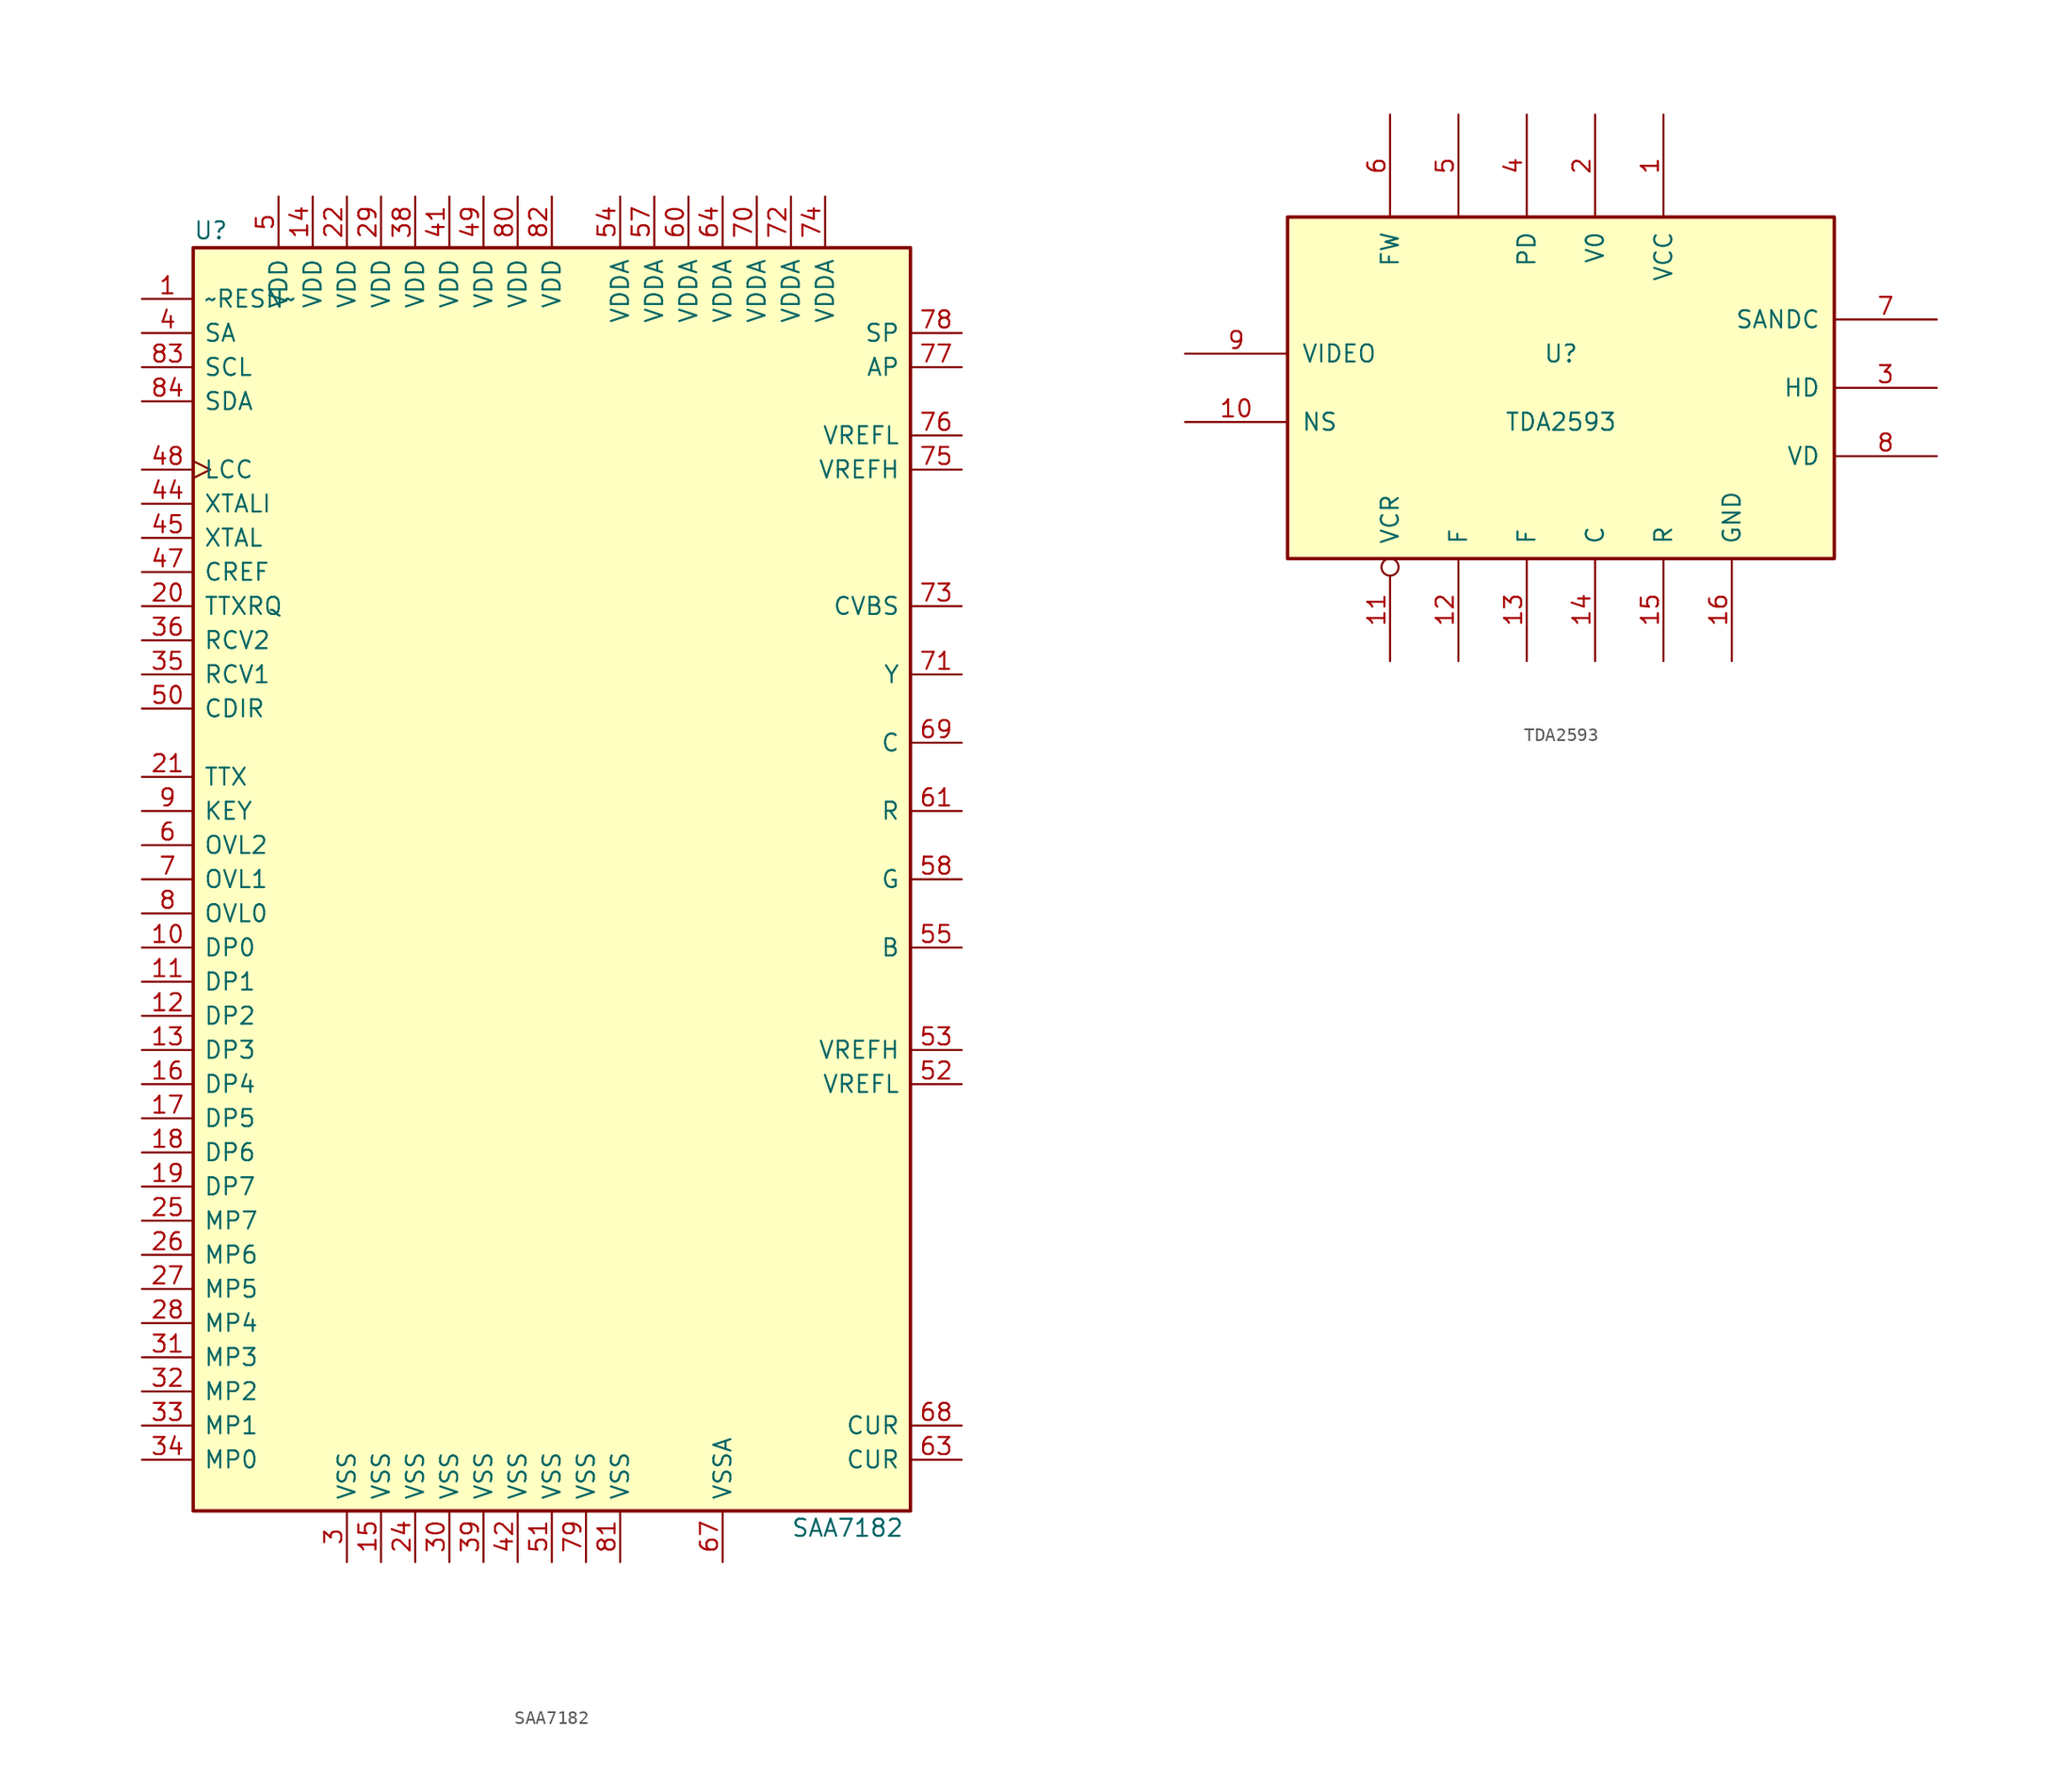
<source format=kicad_sym>
(kicad_symbol_lib
  (version 20231120)
  (generator "kicad_symbol_editor")
  (generator_version "8.0")
  (symbol "SAA7182"
    (pin_names
      (offset 0.762))
    (property "Reference" "U"
      (at -26.67 48.26 0)
      (effects (font (size 1.27 1.27)) (justify left)))
    (property "Value" "SAA7182"
      (at 17.78 -48.26 0)
      (effects (font (size 1.27 1.27)) (justify left)))
    (symbol "SAA7182_0_1"
      (rectangle (start -26.67 -46.99) (end 26.67 46.99) (stroke (width 0.254) (type default)) (fill (type background))))
    (symbol "SAA7182_1_1"
      (pin input line (at -30.48 43.18 0) (length 3.81) (name "~RESN~" (effects (font (size 1.27 1.27)))) (number "1" (effects (font (size 1.27 1.27)))))
      (pin input line (at -30.48 -5.08 0) (length 3.81) (name "DP0" (effects (font (size 1.27 1.27)))) (number "10" (effects (font (size 1.27 1.27)))))
      (pin input line (at -30.48 -7.62 0) (length 3.81) (name "DP1" (effects (font (size 1.27 1.27)))) (number "11" (effects (font (size 1.27 1.27)))))
      (pin input line (at -30.48 -10.16 0) (length 3.81) (name "DP2" (effects (font (size 1.27 1.27)))) (number "12" (effects (font (size 1.27 1.27)))))
      (pin input line (at -30.48 -12.7 0) (length 3.81) (name "DP3" (effects (font (size 1.27 1.27)))) (number "13" (effects (font (size 1.27 1.27)))))
      (pin power_in line (at -17.78 50.8 270) (length 3.81) (name "VDD" (effects (font (size 1.27 1.27)))) (number "14" (effects (font (size 1.27 1.27)))))
      (pin power_in line (at -12.7 -50.8 90) (length 3.81) (name "VSS" (effects (font (size 1.27 1.27)))) (number "15" (effects (font (size 1.27 1.27)))))
      (pin input line (at -30.48 -15.24 0) (length 3.81) (name "DP4" (effects (font (size 1.27 1.27)))) (number "16" (effects (font (size 1.27 1.27)))))
      (pin input line (at -30.48 -17.78 0) (length 3.81) (name "DP5" (effects (font (size 1.27 1.27)))) (number "17" (effects (font (size 1.27 1.27)))))
      (pin input line (at -30.48 -20.32 0) (length 3.81) (name "DP6" (effects (font (size 1.27 1.27)))) (number "18" (effects (font (size 1.27 1.27)))))
      (pin input line (at -30.48 -22.86 0) (length 3.81) (name "DP7" (effects (font (size 1.27 1.27)))) (number "19" (effects (font (size 1.27 1.27)))))
      (pin output line (at -30.48 20.32 0) (length 3.81) (name "TTXRQ" (effects (font (size 1.27 1.27)))) (number "20" (effects (font (size 1.27 1.27)))))
      (pin input line (at -30.48 7.62 0) (length 3.81) (name "TTX" (effects (font (size 1.27 1.27)))) (number "21" (effects (font (size 1.27 1.27)))))
      (pin power_in line (at -15.24 50.8 270) (length 3.81) (name "VDD" (effects (font (size 1.27 1.27)))) (number "22" (effects (font (size 1.27 1.27)))))
      (pin power_in line (at -10.16 -50.8 90) (length 3.81) (name "VSS" (effects (font (size 1.27 1.27)))) (number "24" (effects (font (size 1.27 1.27)))))
      (pin input line (at -30.48 -25.4 0) (length 3.81) (name "MP7" (effects (font (size 1.27 1.27)))) (number "25" (effects (font (size 1.27 1.27)))))
      (pin input line (at -30.48 -27.94 0) (length 3.81) (name "MP6" (effects (font (size 1.27 1.27)))) (number "26" (effects (font (size 1.27 1.27)))))
      (pin input line (at -30.48 -30.48 0) (length 3.81) (name "MP5" (effects (font (size 1.27 1.27)))) (number "27" (effects (font (size 1.27 1.27)))))
      (pin input line (at -30.48 -33.02 0) (length 3.81) (name "MP4" (effects (font (size 1.27 1.27)))) (number "28" (effects (font (size 1.27 1.27)))))
      (pin power_in line (at -12.7 50.8 270) (length 3.81) (name "VDD" (effects (font (size 1.27 1.27)))) (number "29" (effects (font (size 1.27 1.27)))))
      (pin power_in line (at -15.24 -50.8 90) (length 3.81) (name "VSS" (effects (font (size 1.27 1.27)))) (number "3" (effects (font (size 1.27 1.27)))))
      (pin power_in line (at -7.62 -50.8 90) (length 3.81) (name "VSS" (effects (font (size 1.27 1.27)))) (number "30" (effects (font (size 1.27 1.27)))))
      (pin input line (at -30.48 -35.56 0) (length 3.81) (name "MP3" (effects (font (size 1.27 1.27)))) (number "31" (effects (font (size 1.27 1.27)))))
      (pin input line (at -30.48 -38.1 0) (length 3.81) (name "MP2" (effects (font (size 1.27 1.27)))) (number "32" (effects (font (size 1.27 1.27)))))
      (pin input line (at -30.48 -40.64 0) (length 3.81) (name "MP1" (effects (font (size 1.27 1.27)))) (number "33" (effects (font (size 1.27 1.27)))))
      (pin input line (at -30.48 -43.18 0) (length 3.81) (name "MP0" (effects (font (size 1.27 1.27)))) (number "34" (effects (font (size 1.27 1.27)))))
      (pin bidirectional line (at -30.48 15.24 0) (length 3.81) (name "RCV1" (effects (font (size 1.27 1.27)))) (number "35" (effects (font (size 1.27 1.27)))))
      (pin bidirectional line (at -30.48 17.78 0) (length 3.81) (name "RCV2" (effects (font (size 1.27 1.27)))) (number "36" (effects (font (size 1.27 1.27)))))
      (pin power_in line (at -10.16 50.8 270) (length 3.81) (name "VDD" (effects (font (size 1.27 1.27)))) (number "38" (effects (font (size 1.27 1.27)))))
      (pin power_in line (at -5.08 -50.8 90) (length 3.81) (name "VSS" (effects (font (size 1.27 1.27)))) (number "39" (effects (font (size 1.27 1.27)))))
      (pin input line (at -30.48 40.64 0) (length 3.81) (name "SA" (effects (font (size 1.27 1.27)))) (number "4" (effects (font (size 1.27 1.27)))))
      (pin power_in line (at -7.62 50.8 270) (length 3.81) (name "VDD" (effects (font (size 1.27 1.27)))) (number "41" (effects (font (size 1.27 1.27)))))
      (pin power_in line (at -2.54 -50.8 90) (length 3.81) (name "VSS" (effects (font (size 1.27 1.27)))) (number "42" (effects (font (size 1.27 1.27)))))
      (pin input line (at -30.48 27.94 0) (length 3.81) (name "XTALI" (effects (font (size 1.27 1.27)))) (number "44" (effects (font (size 1.27 1.27)))))
      (pin output line (at -30.48 25.4 0) (length 3.81) (name "XTAL" (effects (font (size 1.27 1.27)))) (number "45" (effects (font (size 1.27 1.27)))))
      (pin bidirectional line (at -30.48 22.86 0) (length 3.81) (name "CREF" (effects (font (size 1.27 1.27)))) (number "47" (effects (font (size 1.27 1.27)))))
      (pin bidirectional clock (at -30.48 30.48 0) (length 3.81) (name "LCC" (effects (font (size 1.27 1.27)))) (number "48" (effects (font (size 1.27 1.27)))))
      (pin power_in line (at -5.08 50.8 270) (length 3.81) (name "VDD" (effects (font (size 1.27 1.27)))) (number "49" (effects (font (size 1.27 1.27)))))
      (pin power_in line (at -20.32 50.8 270) (length 3.81) (name "VDD" (effects (font (size 1.27 1.27)))) (number "5" (effects (font (size 1.27 1.27)))))
      (pin input line (at -30.48 12.7 0) (length 3.81) (name "CDIR" (effects (font (size 1.27 1.27)))) (number "50" (effects (font (size 1.27 1.27)))))
      (pin power_in line (at 0 -50.8 90) (length 3.81) (name "VSS" (effects (font (size 1.27 1.27)))) (number "51" (effects (font (size 1.27 1.27)))))
      (pin passive line (at 30.48 -15.24 180) (length 3.81) (name "VREFL" (effects (font (size 1.27 1.27)))) (number "52" (effects (font (size 1.27 1.27)))))
      (pin passive line (at 30.48 -12.7 180) (length 3.81) (name "VREFH" (effects (font (size 1.27 1.27)))) (number "53" (effects (font (size 1.27 1.27)))))
      (pin power_in line (at 5.08 50.8 270) (length 3.81) (name "VDDA" (effects (font (size 1.27 1.27)))) (number "54" (effects (font (size 1.27 1.27)))))
      (pin output line (at 30.48 -5.08 180) (length 3.81) (name "B" (effects (font (size 1.27 1.27)))) (number "55" (effects (font (size 1.27 1.27)))))
      (pin power_in line (at 7.62 50.8 270) (length 3.81) (name "VDDA" (effects (font (size 1.27 1.27)))) (number "57" (effects (font (size 1.27 1.27)))))
      (pin output line (at 30.48 0 180) (length 3.81) (name "G" (effects (font (size 1.27 1.27)))) (number "58" (effects (font (size 1.27 1.27)))))
      (pin input line (at -30.48 2.54 0) (length 3.81) (name "OVL2" (effects (font (size 1.27 1.27)))) (number "6" (effects (font (size 1.27 1.27)))))
      (pin power_in line (at 10.16 50.8 270) (length 3.81) (name "VDDA" (effects (font (size 1.27 1.27)))) (number "60" (effects (font (size 1.27 1.27)))))
      (pin output line (at 30.48 5.08 180) (length 3.81) (name "R" (effects (font (size 1.27 1.27)))) (number "61" (effects (font (size 1.27 1.27)))))
      (pin input line (at 30.48 -43.18 180) (length 3.81) (name "CUR" (effects (font (size 1.27 1.27)))) (number "63" (effects (font (size 1.27 1.27)))))
      (pin power_in line (at 12.7 50.8 270) (length 3.81) (name "VDDA" (effects (font (size 1.27 1.27)))) (number "64" (effects (font (size 1.27 1.27)))))
      (pin power_in line (at 12.7 -50.8 90) (length 3.81) (name "VSSA" (effects (font (size 1.27 1.27)))) (number "67" (effects (font (size 1.27 1.27)))))
      (pin input line (at 30.48 -40.64 180) (length 3.81) (name "CUR" (effects (font (size 1.27 1.27)))) (number "68" (effects (font (size 1.27 1.27)))))
      (pin output line (at 30.48 10.16 180) (length 3.81) (name "C" (effects (font (size 1.27 1.27)))) (number "69" (effects (font (size 1.27 1.27)))))
      (pin input line (at -30.48 0 0) (length 3.81) (name "OVL1" (effects (font (size 1.27 1.27)))) (number "7" (effects (font (size 1.27 1.27)))))
      (pin power_in line (at 15.24 50.8 270) (length 3.81) (name "VDDA" (effects (font (size 1.27 1.27)))) (number "70" (effects (font (size 1.27 1.27)))))
      (pin output line (at 30.48 15.24 180) (length 3.81) (name "Y" (effects (font (size 1.27 1.27)))) (number "71" (effects (font (size 1.27 1.27)))))
      (pin power_in line (at 17.78 50.8 270) (length 3.81) (name "VDDA" (effects (font (size 1.27 1.27)))) (number "72" (effects (font (size 1.27 1.27)))))
      (pin output line (at 30.48 20.32 180) (length 3.81) (name "CVBS" (effects (font (size 1.27 1.27)))) (number "73" (effects (font (size 1.27 1.27)))))
      (pin power_in line (at 20.32 50.8 270) (length 3.81) (name "VDDA" (effects (font (size 1.27 1.27)))) (number "74" (effects (font (size 1.27 1.27)))))
      (pin passive line (at 30.48 30.48 180) (length 3.81) (name "VREFH" (effects (font (size 1.27 1.27)))) (number "75" (effects (font (size 1.27 1.27)))))
      (pin passive line (at 30.48 33.02 180) (length 3.81) (name "VREFL" (effects (font (size 1.27 1.27)))) (number "76" (effects (font (size 1.27 1.27)))))
      (pin input line (at 30.48 38.1 180) (length 3.81) (name "AP" (effects (font (size 1.27 1.27)))) (number "77" (effects (font (size 1.27 1.27)))))
      (pin input line (at 30.48 40.64 180) (length 3.81) (name "SP" (effects (font (size 1.27 1.27)))) (number "78" (effects (font (size 1.27 1.27)))))
      (pin power_in line (at 2.54 -50.8 90) (length 3.81) (name "VSS" (effects (font (size 1.27 1.27)))) (number "79" (effects (font (size 1.27 1.27)))))
      (pin input line (at -30.48 -2.54 0) (length 3.81) (name "OVL0" (effects (font (size 1.27 1.27)))) (number "8" (effects (font (size 1.27 1.27)))))
      (pin power_in line (at -2.54 50.8 270) (length 3.81) (name "VDD" (effects (font (size 1.27 1.27)))) (number "80" (effects (font (size 1.27 1.27)))))
      (pin power_in line (at 5.08 -50.8 90) (length 3.81) (name "VSS" (effects (font (size 1.27 1.27)))) (number "81" (effects (font (size 1.27 1.27)))))
      (pin power_in line (at 0 50.8 270) (length 3.81) (name "VDD" (effects (font (size 1.27 1.27)))) (number "82" (effects (font (size 1.27 1.27)))))
      (pin input line (at -30.48 38.1 0) (length 3.81) (name "SCL" (effects (font (size 1.27 1.27)))) (number "83" (effects (font (size 1.27 1.27)))))
      (pin bidirectional line (at -30.48 35.56 0) (length 3.81) (name "SDA" (effects (font (size 1.27 1.27)))) (number "84" (effects (font (size 1.27 1.27)))))
      (pin input line (at -30.48 5.08 0) (length 3.81) (name "KEY" (effects (font (size 1.27 1.27)))) (number "9" (effects (font (size 1.27 1.27)))))))
  (symbol "TDA2593"
    (pin_names
      (offset 1.016))
    (property "Reference" "U"
      (at 0 2.54 0)
      (effects (font (size 1.27 1.27))))
    (property "Value" "TDA2593"
      (at 0 -2.54 0)
      (effects (font (size 1.27 1.27))))
    (symbol "TDA2593_0_1"
      (rectangle (start -20.32 -12.7) (end 20.32 12.7) (stroke (width 0.254) (type default)) (fill (type background))))
    (symbol "TDA2593_1_1"
      (pin input line (at 7.62 20.32 270) (length 7.62) (name "VCC" (effects (font (size 1.27 1.27)))) (number "1" (effects (font (size 1.27 1.27)))))
      (pin input line (at -27.94 -2.54 0) (length 7.62) (name "NS" (effects (font (size 1.27 1.27)))) (number "10" (effects (font (size 1.27 1.27)))))
      (pin input inverted (at -12.7 -20.32 90) (length 7.62) (name "VCR" (effects (font (size 1.27 1.27)))) (number "11" (effects (font (size 1.27 1.27)))))
      (pin input line (at -7.62 -20.32 90) (length 7.62) (name "F" (effects (font (size 1.27 1.27)))) (number "12" (effects (font (size 1.27 1.27)))))
      (pin input line (at -2.54 -20.32 90) (length 7.62) (name "F" (effects (font (size 1.27 1.27)))) (number "13" (effects (font (size 1.27 1.27)))))
      (pin input line (at 2.54 -20.32 90) (length 7.62) (name "C" (effects (font (size 1.27 1.27)))) (number "14" (effects (font (size 1.27 1.27)))))
      (pin input line (at 7.62 -20.32 90) (length 7.62) (name "R" (effects (font (size 1.27 1.27)))) (number "15" (effects (font (size 1.27 1.27)))))
      (pin input line (at 12.7 -20.32 90) (length 7.62) (name "GND" (effects (font (size 1.27 1.27)))) (number "16" (effects (font (size 1.27 1.27)))))
      (pin input line (at 2.54 20.32 270) (length 7.62) (name "V0" (effects (font (size 1.27 1.27)))) (number "2" (effects (font (size 1.27 1.27)))))
      (pin output line (at 27.94 0 180) (length 7.62) (name "HD" (effects (font (size 1.27 1.27)))) (number "3" (effects (font (size 1.27 1.27)))))
      (pin input line (at -2.54 20.32 270) (length 7.62) (name "PD" (effects (font (size 1.27 1.27)))) (number "4" (effects (font (size 1.27 1.27)))))
      (pin input line (at -7.62 20.32 270) (length 7.62) (name "~" (effects (font (size 1.27 1.27)))) (number "5" (effects (font (size 1.27 1.27)))))
      (pin input line (at -12.7 20.32 270) (length 7.62) (name "FW" (effects (font (size 1.27 1.27)))) (number "6" (effects (font (size 1.27 1.27)))))
      (pin output line (at 27.94 5.08 180) (length 7.62) (name "SANDC" (effects (font (size 1.27 1.27)))) (number "7" (effects (font (size 1.27 1.27)))))
      (pin output line (at 27.94 -5.08 180) (length 7.62) (name "VD" (effects (font (size 1.27 1.27)))) (number "8" (effects (font (size 1.27 1.27)))))
      (pin input line (at -27.94 2.54 0) (length 7.62) (name "VIDEO" (effects (font (size 1.27 1.27)))) (number "9" (effects (font (size 1.27 1.27))))))))
</source>
